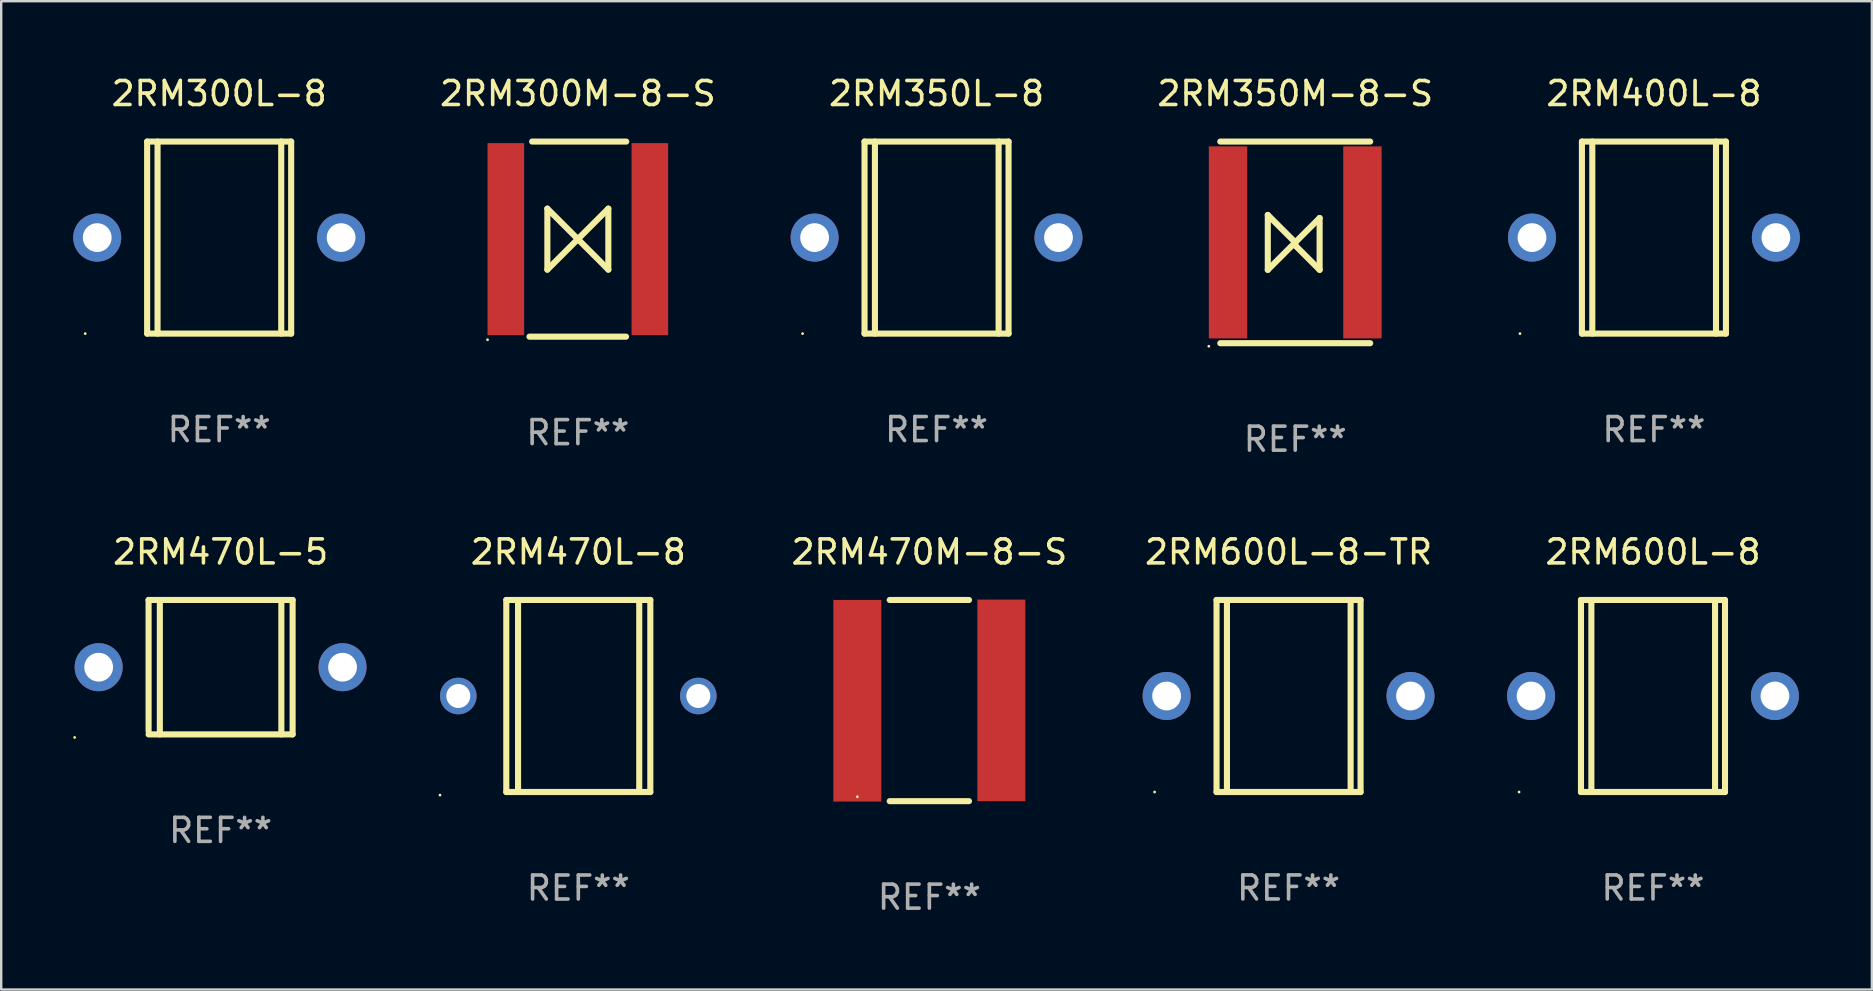
<source format=kicad_pcb>
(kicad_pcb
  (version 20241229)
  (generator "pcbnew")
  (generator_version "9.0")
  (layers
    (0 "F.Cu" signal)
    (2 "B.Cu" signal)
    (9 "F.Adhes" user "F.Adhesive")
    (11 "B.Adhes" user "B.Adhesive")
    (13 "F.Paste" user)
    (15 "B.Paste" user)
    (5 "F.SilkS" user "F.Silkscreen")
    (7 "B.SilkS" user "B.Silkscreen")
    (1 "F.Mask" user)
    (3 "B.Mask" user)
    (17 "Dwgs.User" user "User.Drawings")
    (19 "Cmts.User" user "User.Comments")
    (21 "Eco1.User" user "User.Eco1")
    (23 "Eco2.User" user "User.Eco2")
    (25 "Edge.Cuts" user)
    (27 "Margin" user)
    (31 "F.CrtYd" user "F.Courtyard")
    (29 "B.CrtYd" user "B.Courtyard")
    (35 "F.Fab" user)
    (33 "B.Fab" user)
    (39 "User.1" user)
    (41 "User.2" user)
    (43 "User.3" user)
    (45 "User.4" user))
  (footprint "2RM400L-8"
    (layer "F.Cu")
    (at 65.852 6.848)
    (property "Reference" "2RM400L-8" (at 0 -6 0) (layer "F.SilkS") (effects (font (size 1 1) (thickness 0.15))))
    (attr through_hole)
    (fp_line (start -3 -4) (end -3 4) (stroke (width 0.254) (type solid)) (layer "F.SilkS"))
    (fp_line (start -3 -4) (end 3 -4) (stroke (width 0.254) (type solid)) (layer "F.SilkS"))
    (fp_line (start -3 4) (end 3 4) (stroke (width 0.254) (type solid)) (layer "F.SilkS"))
    (fp_line (start -2.567 -4) (end -2.567 4) (stroke (width 0.254) (type solid)) (layer "F.SilkS"))
    (fp_line (start 2.586 -4) (end 2.586 4) (stroke (width 0.254) (type solid)) (layer "F.SilkS"))
    (fp_line (start 3 -4) (end 3 4) (stroke (width 0.254) (type solid)) (layer "F.SilkS"))
    (fp_circle (center -5.58 4) (end -5.55 4) (stroke (width 0.06) (type solid)) (fill no) (layer "F.SilkS"))
    (fp_text user "REF**" (at 0 8 0) (layer "F.Fab") (effects (font (size 1 1) (thickness 0.15))))
    (pad "1" thru_hole circle (at -5.08 0) (size 2 2) (drill 1.2) (layers "*.Cu" "*.Mask"))
    (pad "2" thru_hole circle (at 5.08 0) (size 2 2) (drill 1.2) (layers "*.Cu" "*.Mask")))
  (footprint "2RM470L-5"
    (layer "F.Cu")
    (at 6.14 24.745)
    (property "Reference" "2RM470L-5" (at 0 -4.8 0) (layer "F.SilkS") (effects (font (size 1 1) (thickness 0.15))))
    (attr through_hole)
    (fp_line (start -3 -2.8) (end -3 2.667) (stroke (width 0.254) (type solid)) (layer "F.SilkS"))
    (fp_line (start -3 -2.8) (end 3 -2.8) (stroke (width 0.254) (type solid)) (layer "F.SilkS"))
    (fp_line (start -3 2.8) (end 3 2.8) (stroke (width 0.254) (type solid)) (layer "F.SilkS"))
    (fp_line (start -2.531 -2.8) (end -2.531 2.8) (stroke (width 0.254) (type solid)) (layer "F.SilkS"))
    (fp_line (start 2.531 -2.8) (end 2.531 2.8) (stroke (width 0.254) (type solid)) (layer "F.SilkS"))
    (fp_line (start 3 -2.8) (end 3 2.8) (stroke (width 0.254) (type solid)) (layer "F.SilkS"))
    (fp_circle (center -6.08 2.927) (end -6.05 2.927) (stroke (width 0.06) (type solid)) (fill no) (layer "F.SilkS"))
    (fp_text user "REF**" (at 0 6.8 0) (layer "F.Fab") (effects (font (size 1 1) (thickness 0.15))))
    (pad "1" thru_hole circle (at -5.08 0) (size 2 2) (drill 1.2) (layers "*.Cu" "*.Mask"))
    (pad "2" thru_hole circle (at 5.08 0) (size 2 2) (drill 1.2) (layers "*.Cu" "*.Mask")))
  (footprint "2RM470M-8-S"
    (layer "F.Cu")
    (at 35.667 26.136)
    (property "Reference" "2RM470M-8-S" (at 0 -6.191 0) (layer "F.SilkS") (effects (font (size 1 1) (thickness 0.15))))
    (attr through_hole)
    (fp_line (start -1.651 -4.191) (end 1.651 -4.191) (stroke (width 0.254) (type solid)) (layer "F.SilkS"))
    (fp_line (start 1.651 4.191) (end -1.651 4.191) (stroke (width 0.254) (type solid)) (layer "F.SilkS"))
    (fp_circle (center -3 4.007) (end -2.97 4.007) (stroke (width 0.06) (type solid)) (fill no) (layer "F.SilkS"))
    (fp_text user "REF**" (at 0 8.191 0) (layer "F.Fab") (effects (font (size 1 1) (thickness 0.15))))
    (pad "1" smd rect (at -3 0.007) (size 2 8.4) (layers "F.Cu" "F.Mask" "F.Paste"))
    (pad "2" smd rect (at 3 -0.007) (size 2 8.4) (layers "F.Cu" "F.Mask" "F.Paste")))
  (footprint "2RM470L-8"
    (layer "F.Cu")
    (at 21.042 25.946)
    (property "Reference" "2RM470L-8" (at 0 -6.001 0) (layer "F.SilkS") (effects (font (size 1 1) (thickness 0.15))))
    (attr through_hole)
    (fp_line (start -3 -4.001) (end -3 3.999) (stroke (width 0.254) (type solid)) (layer "F.SilkS"))
    (fp_line (start -3 -4.001) (end 3 -4.001) (stroke (width 0.254) (type solid)) (layer "F.SilkS"))
    (fp_line (start -2.51 4.001) (end -2.51 -3.999) (stroke (width 0.254) (type solid)) (layer "F.SilkS"))
    (fp_line (start 2.539 3.999) (end 2.539 -4.001) (stroke (width 0.254) (type solid)) (layer "F.SilkS"))
    (fp_line (start 3 3.999) (end -3 3.999) (stroke (width 0.254) (type solid)) (layer "F.SilkS"))
    (fp_line (start 3 3.999) (end 3 -4.001) (stroke (width 0.254) (type solid)) (layer "F.SilkS"))
    (fp_circle (center -5.762 4.128) (end -5.732 4.128) (stroke (width 0.06) (type solid)) (fill no) (layer "F.SilkS"))
    (fp_text user "REF**" (at 0 8.001 0) (layer "F.Fab") (effects (font (size 1 1) (thickness 0.15))))
    (pad "1" thru_hole circle (at -5 -0.001) (size 1.524 1.524) (drill 1) (layers "*.Cu" "*.Mask"))
    (pad "2" thru_hole circle (at 5 -0.001) (size 1.524 1.524) (drill 1) (layers "*.Cu" "*.Mask")))
  (footprint "2RM350L-8"
    (layer "F.Cu")
    (at 35.966 6.848)
    (property "Reference" "2RM350L-8" (at 0 -6 0) (layer "F.SilkS") (effects (font (size 1 1) (thickness 0.15))))
    (attr through_hole)
    (fp_line (start -3 -4) (end -3 4) (stroke (width 0.254) (type solid)) (layer "F.SilkS"))
    (fp_line (start -3 -4) (end 3 -4) (stroke (width 0.254) (type solid)) (layer "F.SilkS"))
    (fp_line (start -3 4) (end 3 4) (stroke (width 0.254) (type solid)) (layer "F.SilkS"))
    (fp_line (start -2.567 -4) (end -2.567 4) (stroke (width 0.254) (type solid)) (layer "F.SilkS"))
    (fp_line (start 2.586 -4) (end 2.586 4) (stroke (width 0.254) (type solid)) (layer "F.SilkS"))
    (fp_line (start 3 -4) (end 3 4) (stroke (width 0.254) (type solid)) (layer "F.SilkS"))
    (fp_circle (center -5.58 4) (end -5.55 4) (stroke (width 0.06) (type solid)) (fill no) (layer "F.SilkS"))
    (fp_text user "REF**" (at 0 8 0) (layer "F.Fab") (effects (font (size 1 1) (thickness 0.15))))
    (pad "1" thru_hole circle (at -5.08 0) (size 2 2) (drill 1.2) (layers "*.Cu" "*.Mask"))
    (pad "2" thru_hole circle (at 5.08 0) (size 2 2) (drill 1.2) (layers "*.Cu" "*.Mask")))
  (footprint "2RM350M-8-S"
    (layer "F.Cu")
    (at 50.909 7.048)
    (property "Reference" "2RM350M-8-S" (at 0 -6.2 0) (layer "F.SilkS") (effects (font (size 1 1) (thickness 0.15))))
    (attr through_hole)
    (fp_line (start -3.122 -4.2) (end 3.122 -4.2) (stroke (width 0.254) (type solid)) (layer "F.SilkS"))
    (fp_line (start -3.122 4.2) (end 3.122 4.2) (stroke (width 0.254) (type solid)) (layer "F.SilkS"))
    (fp_line (start -1.143 1.143) (end -1.143 -1.143) (stroke (width 0.254) (type solid)) (layer "F.SilkS"))
    (fp_line (start 0 0) (end -1.143 -1.143) (stroke (width 0.254) (type solid)) (layer "F.SilkS"))
    (fp_line (start 0 0) (end -1.143 1.143) (stroke (width 0.254) (type solid)) (layer "F.SilkS"))
    (fp_line (start 0 0) (end 0 0.127) (stroke (width 0.254) (type solid)) (layer "F.SilkS"))
    (fp_line (start 0 0) (end 1.016 -1.016) (stroke (width 0.254) (type solid)) (layer "F.SilkS"))
    (fp_line (start 0 0.127) (end 1.016 1.143) (stroke (width 0.254) (type solid)) (layer "F.SilkS"))
    (fp_line (start 1.016 1.143) (end 1.016 -1.016) (stroke (width 0.254) (type solid)) (layer "F.SilkS"))
    (fp_circle (center -3.6 4.327) (end -3.57 4.327) (stroke (width 0.06) (type solid)) (fill no) (layer "F.SilkS"))
    (fp_text user "REF**" (at 0 8.2 0) (layer "F.Fab") (effects (font (size 1 1) (thickness 0.15))))
    (pad "1" smd rect (at -2.8 0) (size 1.6 8) (layers "F.Cu" "F.Mask" "F.Paste"))
    (pad "2" smd rect (at 2.8 0) (size 1.6 8) (layers "F.Cu" "F.Mask" "F.Paste")))
  (footprint "2RM300M-8-S"
    (layer "F.Cu")
    (at 21.023 6.912)
    (property "Reference" "2RM300M-8-S" (at 0 -6.064 0) (layer "F.SilkS") (effects (font (size 1 1) (thickness 0.15))))
    (attr through_hole)
    (fp_line (start -2.016 4.064) (end 2.007 4.064) (stroke (width 0.254) (type solid)) (layer "F.SilkS"))
    (fp_line (start -1.905 -4.064) (end 2.016 -4.064) (stroke (width 0.254) (type solid)) (layer "F.SilkS"))
    (fp_line (start -1.27 -1.27) (end -1.27 1.27) (stroke (width 0.254) (type solid)) (layer "F.SilkS"))
    (fp_line (start -1.27 -1.27) (end 1.27 1.27) (stroke (width 0.254) (type solid)) (layer "F.SilkS"))
    (fp_line (start -1.27 1.27) (end 1.27 -1.27) (stroke (width 0.254) (type solid)) (layer "F.SilkS"))
    (fp_line (start 1.27 1.27) (end 1.27 -1.27) (stroke (width 0.254) (type solid)) (layer "F.SilkS"))
    (fp_circle (center -3.762 4.191) (end -3.732 4.191) (stroke (width 0.06) (type solid)) (fill no) (layer "F.SilkS"))
    (fp_text user "REF**" (at 0 8.064 0) (layer "F.Fab") (effects (font (size 1 1) (thickness 0.15))))
    (pad "1" smd rect (at -3 0) (size 1.524 8) (layers "F.Cu" "F.Mask" "F.Paste"))
    (pad "2" smd rect (at 3 0) (size 1.524 8) (layers "F.Cu" "F.Mask" "F.Paste")))
  (footprint "2RM600L-8-TR"
    (layer "F.Cu")
    (at 50.631 25.945)
    (property "Reference" "2RM600L-8-TR" (at 0 -6 0) (layer "F.SilkS") (effects (font (size 1 1) (thickness 0.15))))
    (attr through_hole)
    (fp_line (start -3 -4) (end -3 4) (stroke (width 0.254) (type solid)) (layer "F.SilkS"))
    (fp_line (start -3 -4) (end 3 -4) (stroke (width 0.254) (type solid)) (layer "F.SilkS"))
    (fp_line (start -3 4) (end 3 4) (stroke (width 0.254) (type solid)) (layer "F.SilkS"))
    (fp_line (start -2.567 -4) (end -2.567 4) (stroke (width 0.254) (type solid)) (layer "F.SilkS"))
    (fp_line (start 2.586 -4) (end 2.586 4) (stroke (width 0.254) (type solid)) (layer "F.SilkS"))
    (fp_line (start 3 -4) (end 3 4) (stroke (width 0.254) (type solid)) (layer "F.SilkS"))
    (fp_circle (center -5.58 4) (end -5.55 4) (stroke (width 0.06) (type solid)) (fill no) (layer "F.SilkS"))
    (fp_text user "REF**" (at 0 8 0) (layer "F.Fab") (effects (font (size 1 1) (thickness 0.15))))
    (pad "1" thru_hole circle (at -5.08 0) (size 2 2) (drill 1.2) (layers "*.Cu" "*.Mask"))
    (pad "2" thru_hole circle (at 5.08 0) (size 2 2) (drill 1.2) (layers "*.Cu" "*.Mask")))
  (footprint "2RM300L-8"
    (layer "F.Cu")
    (at 6.08 6.848)
    (property "Reference" "2RM300L-8" (at 0 -6 0) (layer "F.SilkS") (effects (font (size 1 1) (thickness 0.15))))
    (attr through_hole)
    (fp_line (start -3 -4) (end -3 4) (stroke (width 0.254) (type solid)) (layer "F.SilkS"))
    (fp_line (start -3 -4) (end 3 -4) (stroke (width 0.254) (type solid)) (layer "F.SilkS"))
    (fp_line (start -3 4) (end 3 4) (stroke (width 0.254) (type solid)) (layer "F.SilkS"))
    (fp_line (start -2.567 -4) (end -2.567 4) (stroke (width 0.254) (type solid)) (layer "F.SilkS"))
    (fp_line (start 2.586 -4) (end 2.586 4) (stroke (width 0.254) (type solid)) (layer "F.SilkS"))
    (fp_line (start 3 -4) (end 3 4) (stroke (width 0.254) (type solid)) (layer "F.SilkS"))
    (fp_circle (center -5.58 4) (end -5.55 4) (stroke (width 0.06) (type solid)) (fill no) (layer "F.SilkS"))
    (fp_text user "REF**" (at 0 8 0) (layer "F.Fab") (effects (font (size 1 1) (thickness 0.15))))
    (pad "1" thru_hole circle (at -5.08 0) (size 2 2) (drill 1.2) (layers "*.Cu" "*.Mask"))
    (pad "2" thru_hole circle (at 5.08 0) (size 2 2) (drill 1.2) (layers "*.Cu" "*.Mask")))
  (footprint "2RM600L-8"
    (layer "F.Cu")
    (at 65.813 25.945)
    (property "Reference" "2RM600L-8" (at 0 -6 0) (layer "F.SilkS") (effects (font (size 1 1) (thickness 0.15))))
    (attr through_hole)
    (fp_line (start -3 -4) (end -3 4) (stroke (width 0.254) (type solid)) (layer "F.SilkS"))
    (fp_line (start -3 -4) (end 3 -4) (stroke (width 0.254) (type solid)) (layer "F.SilkS"))
    (fp_line (start -3 4) (end 3 4) (stroke (width 0.254) (type solid)) (layer "F.SilkS"))
    (fp_line (start -2.567 -4) (end -2.567 4) (stroke (width 0.254) (type solid)) (layer "F.SilkS"))
    (fp_line (start 2.586 -4) (end 2.586 4) (stroke (width 0.254) (type solid)) (layer "F.SilkS"))
    (fp_line (start 3 -4) (end 3 4) (stroke (width 0.254) (type solid)) (layer "F.SilkS"))
    (fp_circle (center -5.58 4) (end -5.55 4) (stroke (width 0.06) (type solid)) (fill no) (layer "F.SilkS"))
    (fp_text user "REF**" (at 0 8 0) (layer "F.Fab") (effects (font (size 1 1) (thickness 0.15))))
    (pad "1" thru_hole circle (at -5.08 0) (size 2 2) (drill 1.2) (layers "*.Cu" "*.Mask"))
    (pad "2" thru_hole circle (at 5.08 0) (size 2 2) (drill 1.2) (layers "*.Cu" "*.Mask")))
  (gr_rect
    (start -3 -3)
    (end 74.932 38.175)
    (stroke (width 0.1) (type default))
    (fill no)
    (layer "Edge.Cuts")))
</source>
